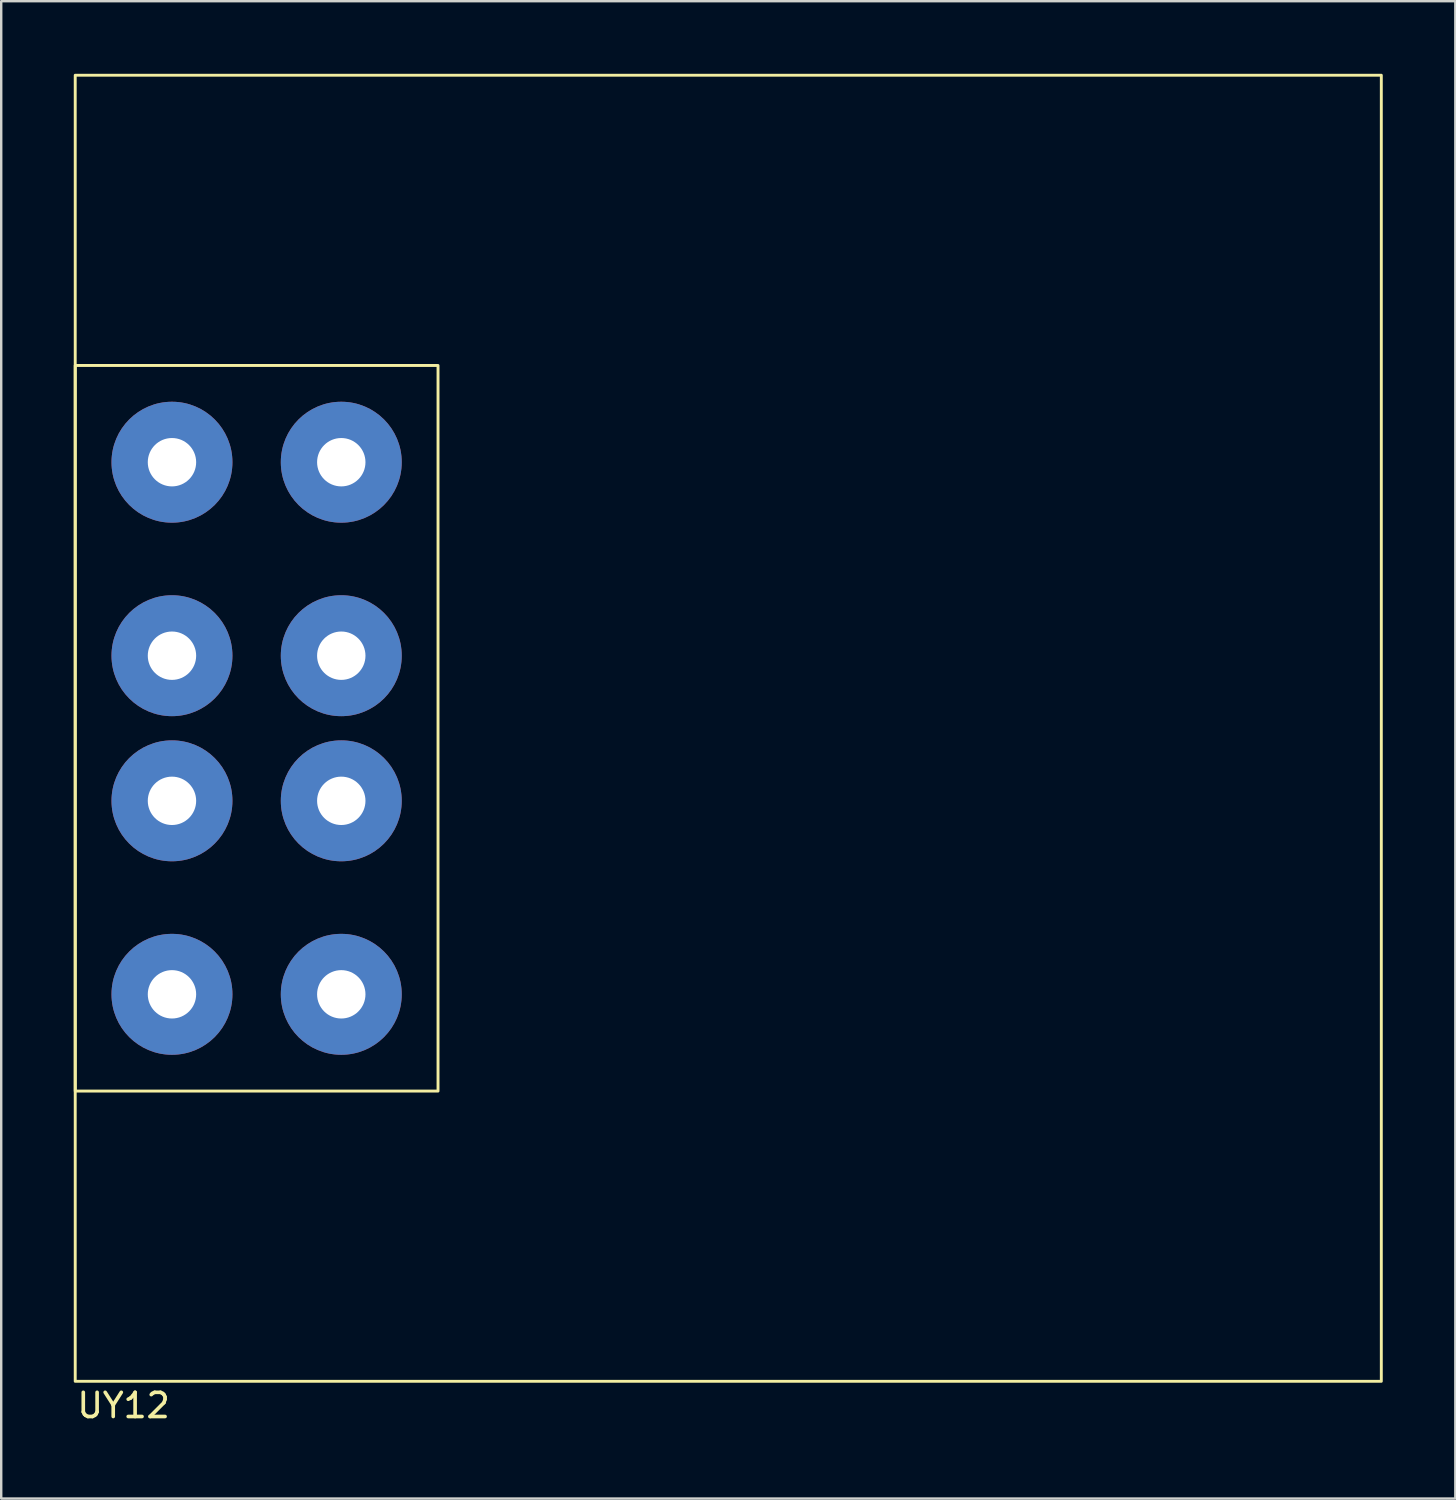
<source format=kicad_pcb>
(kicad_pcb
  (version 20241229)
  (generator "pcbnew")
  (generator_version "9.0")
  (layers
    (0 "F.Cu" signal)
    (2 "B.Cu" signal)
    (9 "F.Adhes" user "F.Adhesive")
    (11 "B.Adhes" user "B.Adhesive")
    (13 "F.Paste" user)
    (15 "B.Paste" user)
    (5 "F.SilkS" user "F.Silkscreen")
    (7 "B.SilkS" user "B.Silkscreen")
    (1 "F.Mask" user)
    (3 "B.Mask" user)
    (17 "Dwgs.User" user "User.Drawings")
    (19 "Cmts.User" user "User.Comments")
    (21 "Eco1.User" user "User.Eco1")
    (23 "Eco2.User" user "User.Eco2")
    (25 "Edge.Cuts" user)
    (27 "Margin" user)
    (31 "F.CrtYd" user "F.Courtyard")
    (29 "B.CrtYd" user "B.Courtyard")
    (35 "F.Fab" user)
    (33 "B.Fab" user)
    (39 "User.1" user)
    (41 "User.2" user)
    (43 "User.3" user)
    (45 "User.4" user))
  (footprint "UY12"
    (layer "F.Cu")
    (at 27.06 27.06)
    (property "Reference" "UY12" (at -25 28 0) (unlocked yes) (layer "F.SilkS") (effects (font (size 1 1) (thickness 0.15))))
    (attr smd)
    (fp_rect (start -27 -27) (end 27 27) (stroke (width 0.12) (type solid)) (fill no) (layer "F.SilkS"))
    (fp_rect (start -27 15) (end -12 -15) (stroke (width 0.12) (type solid)) (fill no) (layer "F.SilkS"))
    (pad "1" thru_hole circle (at -23 -11) (size 5 5) (drill 2) (layers "*.Cu" "*.Mask"))
    (pad "1" thru_hole circle (at -16 -11) (size 5 5) (drill 2) (layers "*.Cu" "*.Mask"))
    (pad "2" thru_hole circle (at -23 -3) (size 5 5) (drill 2) (layers "*.Cu" "*.Mask"))
    (pad "2" thru_hole circle (at -16 -3) (size 5 5) (drill 2) (layers "*.Cu" "*.Mask"))
    (pad "3" thru_hole circle (at -23 3) (size 5 5) (drill 2) (layers "*.Cu" "*.Mask"))
    (pad "3" thru_hole circle (at -16 3) (size 5 5) (drill 2) (layers "*.Cu" "*.Mask"))
    (pad "4" thru_hole circle (at -23 11) (size 5 5) (drill 2) (layers "*.Cu" "*.Mask"))
    (pad "4" thru_hole circle (at -16 11) (size 5 5) (drill 2) (layers "*.Cu" "*.Mask")))
  (gr_rect
    (start -3 -3)
    (end 57.12 58.908)
    (stroke (width 0.1) (type default))
    (fill no)
    (layer "Edge.Cuts")))
</source>
